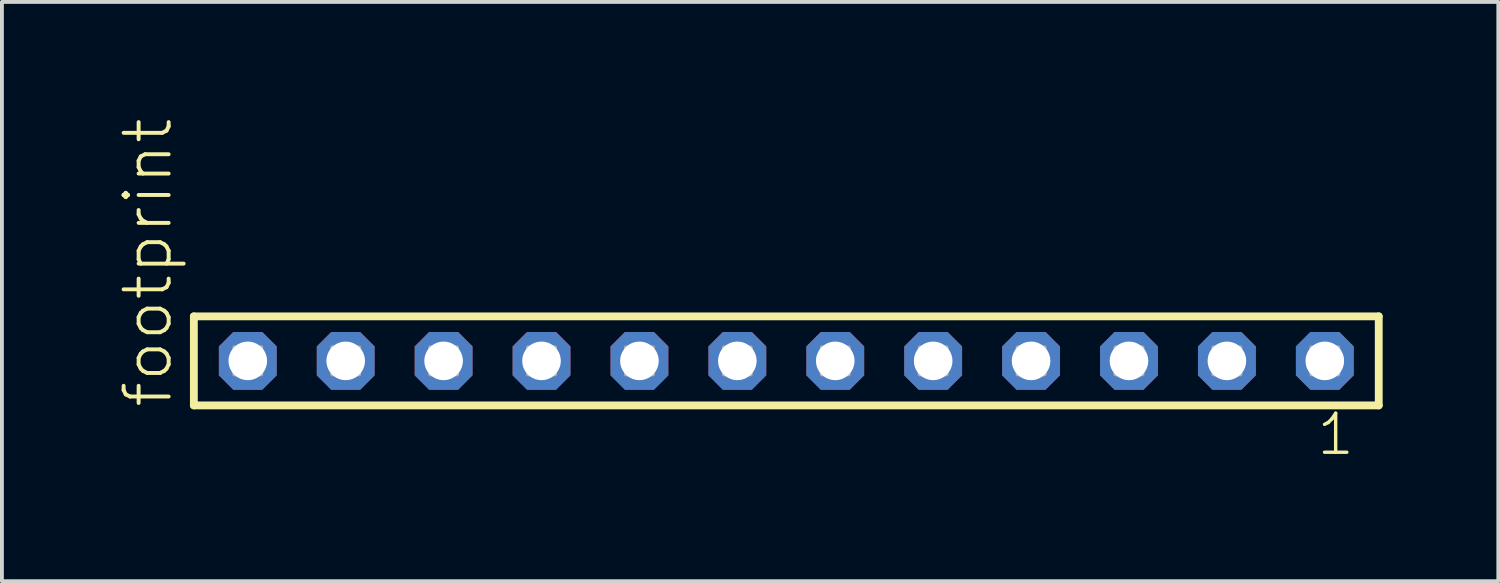
<source format=kicad_pcb>
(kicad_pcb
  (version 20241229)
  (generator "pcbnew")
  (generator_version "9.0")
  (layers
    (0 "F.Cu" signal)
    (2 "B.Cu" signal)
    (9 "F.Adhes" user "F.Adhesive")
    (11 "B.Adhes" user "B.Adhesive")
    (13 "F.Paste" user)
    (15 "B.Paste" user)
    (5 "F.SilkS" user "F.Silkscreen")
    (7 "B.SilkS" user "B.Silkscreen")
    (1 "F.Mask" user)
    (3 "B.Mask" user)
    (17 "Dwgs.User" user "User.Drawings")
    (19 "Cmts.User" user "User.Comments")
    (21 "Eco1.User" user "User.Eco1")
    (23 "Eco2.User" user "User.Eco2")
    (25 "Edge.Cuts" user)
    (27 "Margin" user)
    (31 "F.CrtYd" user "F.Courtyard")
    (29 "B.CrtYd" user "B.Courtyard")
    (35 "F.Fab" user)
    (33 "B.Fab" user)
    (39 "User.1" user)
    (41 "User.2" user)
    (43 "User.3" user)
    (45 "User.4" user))
  (footprint "footprint"
    (layer "F.Cu")
    (at 17.348 6.312)
    (property "Reference" "footprint" (at -15.875 1.27 90) (layer "F.SilkS") (effects (font (size 1.168 1.168) (thickness 0.102)) (justify left bottom)))
    (fp_line (start -15.369 -1.155) (end 15.369 -1.155) (stroke (width 0.203) (type solid)) (layer "F.SilkS"))
    (fp_line (start -15.369 1.155) (end -15.369 -1.155) (stroke (width 0.203) (type solid)) (layer "F.SilkS"))
    (fp_line (start 15.369 -1.155) (end 15.369 1.155) (stroke (width 0.203) (type solid)) (layer "F.SilkS"))
    (fp_line (start 15.369 1.155) (end -15.369 1.155) (stroke (width 0.203) (type solid)) (layer "F.SilkS"))
    (fp_poly (pts (xy -14.32 0.35) (xy -13.62 0.35) (xy -13.62 -0.35) (xy -14.32 -0.35)) (stroke (width 0.1) (type solid)) (fill no) (layer "F.Fab"))
    (fp_poly (pts (xy -11.78 0.35) (xy -11.08 0.35) (xy -11.08 -0.35) (xy -11.78 -0.35)) (stroke (width 0.1) (type solid)) (fill no) (layer "F.Fab"))
    (fp_poly (pts (xy -9.24 0.35) (xy -8.54 0.35) (xy -8.54 -0.35) (xy -9.24 -0.35)) (stroke (width 0.1) (type solid)) (fill no) (layer "F.Fab"))
    (fp_poly (pts (xy -6.7 0.35) (xy -6 0.35) (xy -6 -0.35) (xy -6.7 -0.35)) (stroke (width 0.1) (type solid)) (fill no) (layer "F.Fab"))
    (fp_poly (pts (xy -4.16 0.35) (xy -3.46 0.35) (xy -3.46 -0.35) (xy -4.16 -0.35)) (stroke (width 0.1) (type solid)) (fill no) (layer "F.Fab"))
    (fp_poly (pts (xy -1.62 0.35) (xy -0.92 0.35) (xy -0.92 -0.35) (xy -1.62 -0.35)) (stroke (width 0.1) (type solid)) (fill no) (layer "F.Fab"))
    (fp_poly (pts (xy 0.92 0.35) (xy 1.62 0.35) (xy 1.62 -0.35) (xy 0.92 -0.35)) (stroke (width 0.1) (type solid)) (fill no) (layer "F.Fab"))
    (fp_poly (pts (xy 3.46 0.35) (xy 4.16 0.35) (xy 4.16 -0.35) (xy 3.46 -0.35)) (stroke (width 0.1) (type solid)) (fill no) (layer "F.Fab"))
    (fp_poly (pts (xy 6 0.35) (xy 6.7 0.35) (xy 6.7 -0.35) (xy 6 -0.35)) (stroke (width 0.1) (type solid)) (fill no) (layer "F.Fab"))
    (fp_poly (pts (xy 8.54 0.35) (xy 9.24 0.35) (xy 9.24 -0.35) (xy 8.54 -0.35)) (stroke (width 0.1) (type solid)) (fill no) (layer "F.Fab"))
    (fp_poly (pts (xy 11.08 0.35) (xy 11.78 0.35) (xy 11.78 -0.35) (xy 11.08 -0.35)) (stroke (width 0.1) (type solid)) (fill no) (layer "F.Fab"))
    (fp_poly (pts (xy 13.62 0.35) (xy 14.32 0.35) (xy 14.32 -0.35) (xy 13.62 -0.35)) (stroke (width 0.1) (type solid)) (fill no) (layer "F.Fab"))
    (fp_text user "1" (at 13.712 2.498 0) (layer "F.SilkS") (effects (font (size 1.012 1.012) (thickness 0.088)) (justify left bottom)))
    (pad "1" thru_hole roundrect (at 13.97 0 180) (size 1.5 1.5) (drill 1) (layers "*.Cu" "*.Mask") (roundrect_rratio 0.25) (chamfer_ratio 0.25) (chamfer top_left top_right bottom_left bottom_right))
    (pad "2" thru_hole roundrect (at 11.43 0 180) (size 1.5 1.5) (drill 1) (layers "*.Cu" "*.Mask") (roundrect_rratio 0.25) (chamfer_ratio 0.25) (chamfer top_left top_right bottom_left bottom_right))
    (pad "3" thru_hole roundrect (at 8.89 0 180) (size 1.5 1.5) (drill 1) (layers "*.Cu" "*.Mask") (roundrect_rratio 0.25) (chamfer_ratio 0.25) (chamfer top_left top_right bottom_left bottom_right))
    (pad "4" thru_hole roundrect (at 6.35 0 180) (size 1.5 1.5) (drill 1) (layers "*.Cu" "*.Mask") (roundrect_rratio 0.25) (chamfer_ratio 0.25) (chamfer top_left top_right bottom_left bottom_right))
    (pad "5" thru_hole roundrect (at 3.81 0 180) (size 1.5 1.5) (drill 1) (layers "*.Cu" "*.Mask") (roundrect_rratio 0.25) (chamfer_ratio 0.25) (chamfer top_left top_right bottom_left bottom_right))
    (pad "6" thru_hole roundrect (at 1.27 0 180) (size 1.5 1.5) (drill 1) (layers "*.Cu" "*.Mask") (roundrect_rratio 0.25) (chamfer_ratio 0.25) (chamfer top_left top_right bottom_left bottom_right))
    (pad "7" thru_hole roundrect (at -1.27 0 180) (size 1.5 1.5) (drill 1) (layers "*.Cu" "*.Mask") (roundrect_rratio 0.25) (chamfer_ratio 0.25) (chamfer top_left top_right bottom_left bottom_right))
    (pad "8" thru_hole roundrect (at -3.81 0 180) (size 1.5 1.5) (drill 1) (layers "*.Cu" "*.Mask") (roundrect_rratio 0.25) (chamfer_ratio 0.25) (chamfer top_left top_right bottom_left bottom_right))
    (pad "9" thru_hole roundrect (at -6.35 0 180) (size 1.5 1.5) (drill 1) (layers "*.Cu" "*.Mask") (roundrect_rratio 0.25) (chamfer_ratio 0.25) (chamfer top_left top_right bottom_left bottom_right))
    (pad "10" thru_hole roundrect (at -8.89 0 180) (size 1.5 1.5) (drill 1) (layers "*.Cu" "*.Mask") (roundrect_rratio 0.25) (chamfer_ratio 0.25) (chamfer top_left top_right bottom_left bottom_right))
    (pad "11" thru_hole roundrect (at -11.43 0 180) (size 1.5 1.5) (drill 1) (layers "*.Cu" "*.Mask") (roundrect_rratio 0.25) (chamfer_ratio 0.25) (chamfer top_left top_right bottom_left bottom_right))
    (pad "12" thru_hole roundrect (at -13.97 0 180) (size 1.5 1.5) (drill 1) (layers "*.Cu" "*.Mask") (roundrect_rratio 0.25) (chamfer_ratio 0.25) (chamfer top_left top_right bottom_left bottom_right)))
  (gr_rect
    (start -3 -3)
    (end 35.819 12.027)
    (stroke (width 0.1) (type default))
    (fill no)
    (layer "Edge.Cuts")))
</source>
